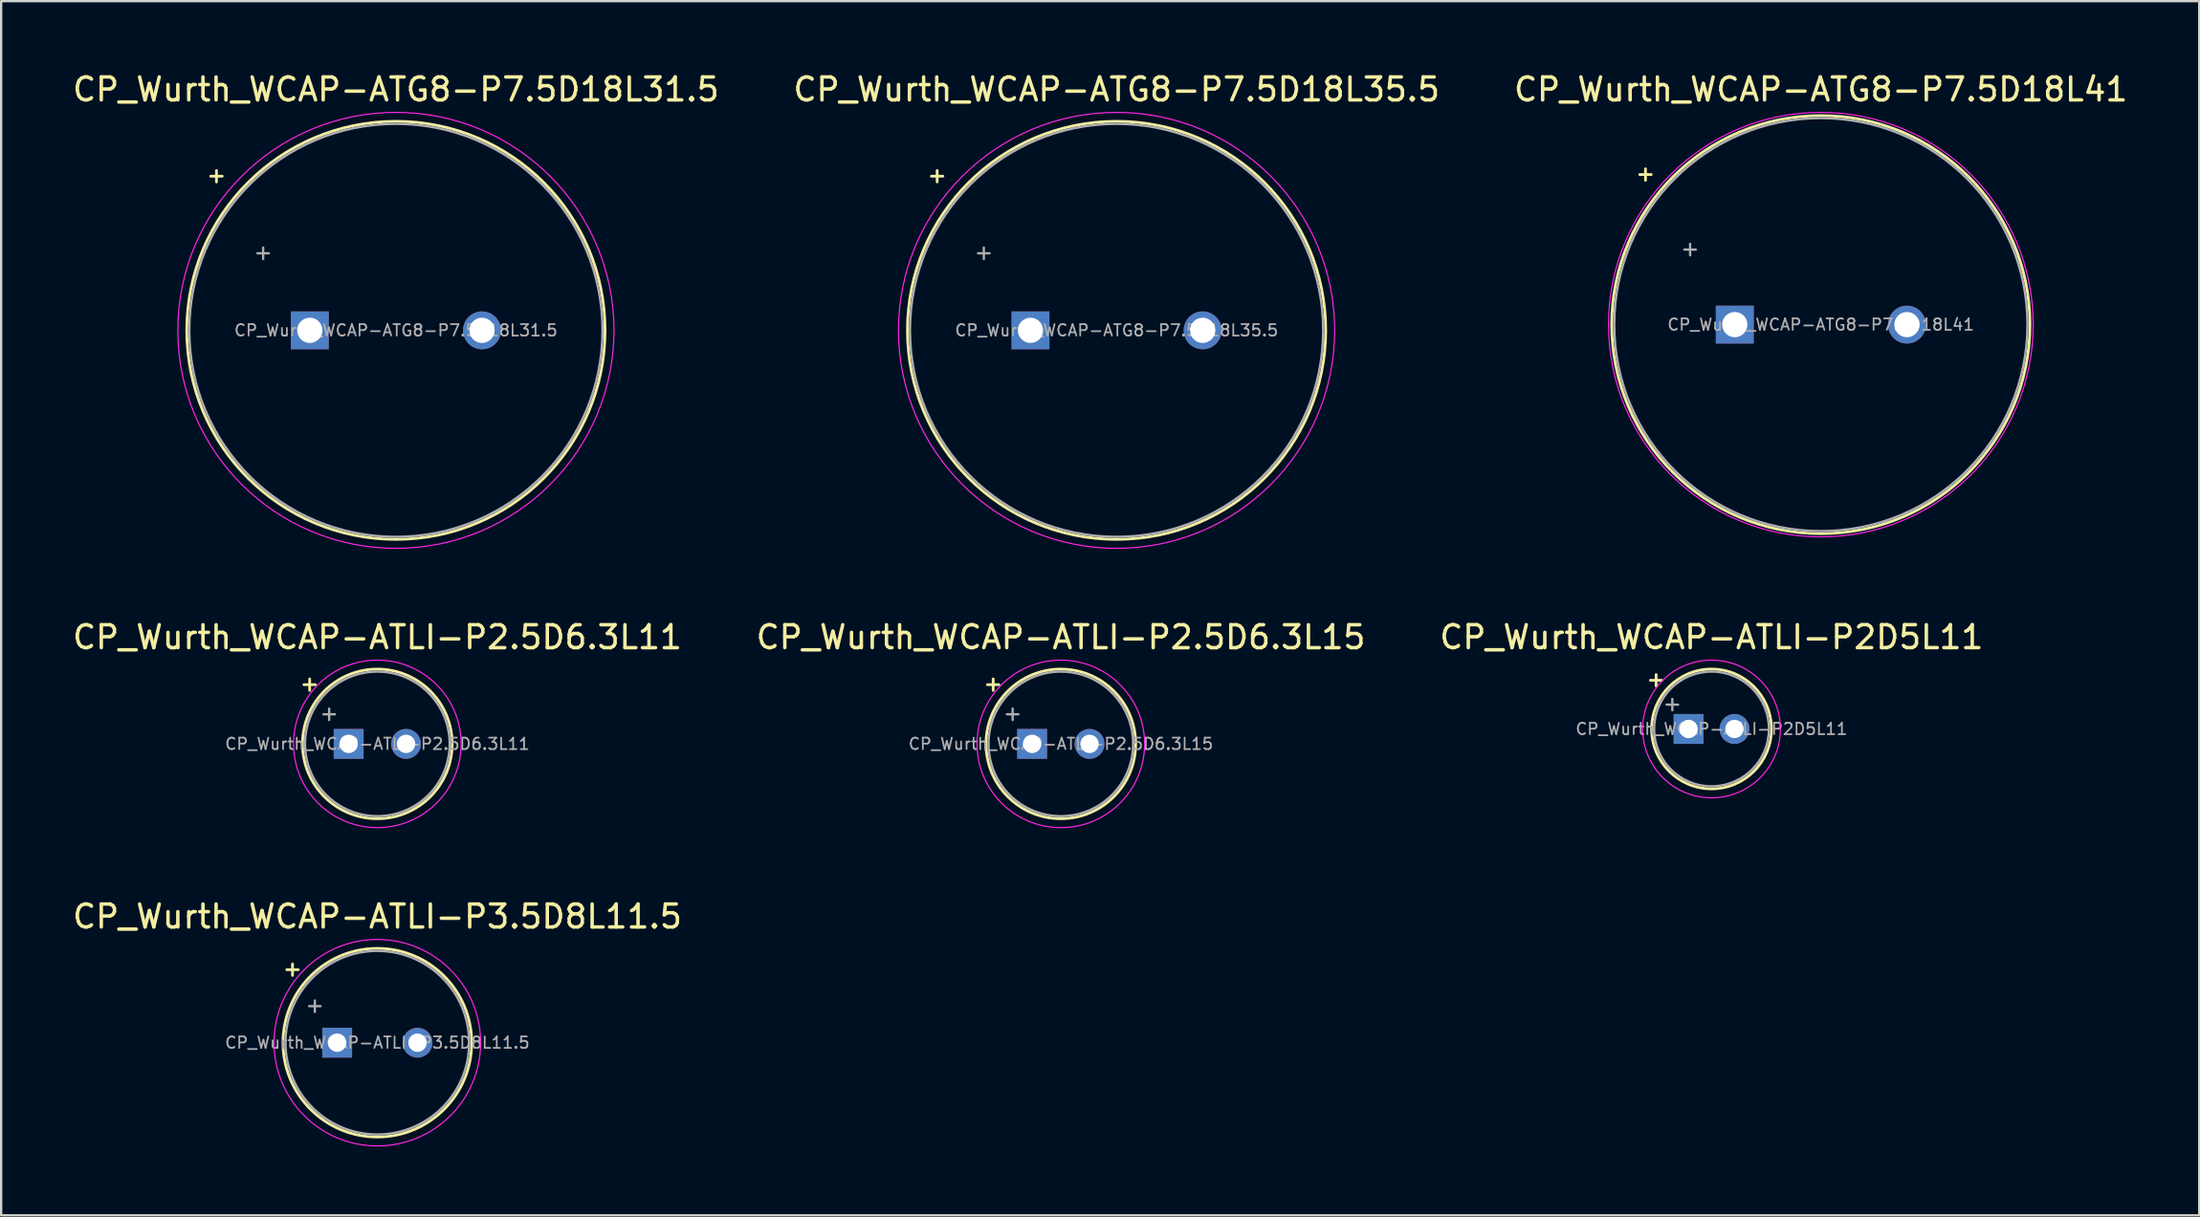
<source format=kicad_pcb>
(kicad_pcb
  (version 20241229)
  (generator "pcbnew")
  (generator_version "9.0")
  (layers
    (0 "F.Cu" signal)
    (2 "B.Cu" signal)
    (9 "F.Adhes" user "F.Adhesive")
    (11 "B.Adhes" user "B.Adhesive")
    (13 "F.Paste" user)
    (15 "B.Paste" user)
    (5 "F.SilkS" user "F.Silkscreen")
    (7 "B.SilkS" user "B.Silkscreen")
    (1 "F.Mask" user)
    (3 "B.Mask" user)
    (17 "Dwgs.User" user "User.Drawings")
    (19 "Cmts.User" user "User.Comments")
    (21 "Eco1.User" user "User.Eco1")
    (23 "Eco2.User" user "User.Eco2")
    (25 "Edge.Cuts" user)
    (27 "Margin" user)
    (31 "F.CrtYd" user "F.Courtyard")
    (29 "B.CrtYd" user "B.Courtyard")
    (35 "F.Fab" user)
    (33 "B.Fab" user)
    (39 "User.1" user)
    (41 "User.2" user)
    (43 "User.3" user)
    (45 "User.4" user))
  (footprint "CP_Wurth_WCAP-ATLI-P2.5D6.3L15"
    (layer "F.Cu")
    (at 41.911 29.372)
    (property "Reference" "CP_Wurth_WCAP-ATLI-P2.5D6.3L15" (at 1.25 -4.65 0) (unlocked yes) (layer "F.SilkS") (effects (font (size 1 1) (thickness 0.15))))
    (attr through_hole)
    (fp_line (start -1.947 -2.581) (end -1.447 -2.581) (stroke (width 0.12) (type solid)) (layer "F.SilkS"))
    (fp_line (start -1.697 -2.331) (end -1.697 -2.831) (stroke (width 0.12) (type solid)) (layer "F.SilkS"))
    (fp_circle (center 1.25 0) (end 4.51 0) (stroke (width 0.12) (type solid)) (fill no) (layer "F.SilkS"))
    (fp_circle (center 1.25 0) (end 4.9 0) (stroke (width 0.05) (type solid)) (fill no) (layer "F.CrtYd"))
    (fp_line (start -1.099 -1.29) (end -0.599 -1.29) (stroke (width 0.1) (type default)) (layer "F.Fab"))
    (fp_line (start -0.849 -1.04) (end -0.849 -1.54) (stroke (width 0.1) (type default)) (layer "F.Fab"))
    (fp_circle (center 1.25 0) (end 4.4 0) (stroke (width 0.1) (type solid)) (fill no) (layer "F.Fab"))
    (fp_text user "${REFERENCE}" (at 1.25 0 0) (unlocked yes) (layer "F.Fab") (effects (font (size 0.5 0.5) (thickness 0.075))))
    (pad "1" thru_hole rect (at 0 0) (size 1.3 1.3) (drill 0.8) (layers "*.Cu" "*.Mask"))
    (pad "2" thru_hole circle (at 2.5 0) (size 1.3 1.3) (drill 0.8) (layers "*.Cu" "*.Mask")))
  (footprint "CP_Wurth_WCAP-ATLI-P2.5D6.3L11"
    (layer "F.Cu")
    (at 12.137 29.372)
    (property "Reference" "CP_Wurth_WCAP-ATLI-P2.5D6.3L11" (at 1.25 -4.65 0) (unlocked yes) (layer "F.SilkS") (effects (font (size 1 1) (thickness 0.15))))
    (attr through_hole)
    (fp_line (start -1.947 -2.581) (end -1.447 -2.581) (stroke (width 0.12) (type solid)) (layer "F.SilkS"))
    (fp_line (start -1.697 -2.331) (end -1.697 -2.831) (stroke (width 0.12) (type solid)) (layer "F.SilkS"))
    (fp_circle (center 1.25 0) (end 4.51 0) (stroke (width 0.12) (type solid)) (fill no) (layer "F.SilkS"))
    (fp_circle (center 1.25 0) (end 4.9 0) (stroke (width 0.05) (type solid)) (fill no) (layer "F.CrtYd"))
    (fp_line (start -1.099 -1.29) (end -0.599 -1.29) (stroke (width 0.1) (type default)) (layer "F.Fab"))
    (fp_line (start -0.849 -1.04) (end -0.849 -1.54) (stroke (width 0.1) (type default)) (layer "F.Fab"))
    (fp_circle (center 1.25 0) (end 4.4 0) (stroke (width 0.1) (type solid)) (fill no) (layer "F.Fab"))
    (fp_text user "${REFERENCE}" (at 1.25 0 0) (unlocked yes) (layer "F.Fab") (effects (font (size 0.5 0.5) (thickness 0.075))))
    (pad "1" thru_hole rect (at 0 0) (size 1.3 1.3) (drill 0.8) (layers "*.Cu" "*.Mask"))
    (pad "2" thru_hole circle (at 2.5 0) (size 1.3 1.3) (drill 0.8) (layers "*.Cu" "*.Mask")))
  (footprint "CP_Wurth_WCAP-ATG8-P7.5D18L35.5"
    (layer "F.Cu")
    (at 41.839 11.348)
    (property "Reference" "CP_Wurth_WCAP-ATG8-P7.5D18L35.5" (at 3.75 -10.5 0) (unlocked yes) (layer "F.SilkS") (effects (font (size 1 1) (thickness 0.15))))
    (attr through_hole)
    (fp_line (start -4.316 -6.718) (end -3.816 -6.718) (stroke (width 0.12) (type solid)) (layer "F.SilkS"))
    (fp_line (start -4.066 -6.468) (end -4.066 -6.968) (stroke (width 0.12) (type solid)) (layer "F.SilkS"))
    (fp_circle (center 3.75 0) (end 12.86 0) (stroke (width 0.12) (type solid)) (fill no) (layer "F.SilkS"))
    (fp_circle (center 3.75 0) (end 13.25 0) (stroke (width 0.05) (type solid)) (fill no) (layer "F.CrtYd"))
    (fp_line (start -2.283 -3.359) (end -1.783 -3.359) (stroke (width 0.1) (type default)) (layer "F.Fab"))
    (fp_line (start -2.033 -3.109) (end -2.033 -3.609) (stroke (width 0.1) (type default)) (layer "F.Fab"))
    (fp_circle (center 3.75 0) (end 12.75 0) (stroke (width 0.1) (type solid)) (fill no) (layer "F.Fab"))
    (fp_text user "${REFERENCE}" (at 3.75 0 0) (unlocked yes) (layer "F.Fab") (effects (font (size 0.5 0.5) (thickness 0.075))))
    (pad "1" thru_hole rect (at 0 0) (size 1.65 1.65) (drill 1.1) (layers "*.Cu" "*.Mask"))
    (pad "2" thru_hole circle (at 7.5 0) (size 1.65 1.65) (drill 1.1) (layers "*.Cu" "*.Mask")))
  (footprint "CP_Wurth_WCAP-ATG8-P7.5D18L31.5"
    (layer "F.Cu")
    (at 10.446 11.348)
    (property "Reference" "CP_Wurth_WCAP-ATG8-P7.5D18L31.5" (at 3.75 -10.5 0) (unlocked yes) (layer "F.SilkS") (effects (font (size 1 1) (thickness 0.15))))
    (attr through_hole)
    (fp_line (start -4.316 -6.718) (end -3.816 -6.718) (stroke (width 0.12) (type solid)) (layer "F.SilkS"))
    (fp_line (start -4.066 -6.468) (end -4.066 -6.968) (stroke (width 0.12) (type solid)) (layer "F.SilkS"))
    (fp_circle (center 3.75 0) (end 12.86 0) (stroke (width 0.12) (type solid)) (fill no) (layer "F.SilkS"))
    (fp_circle (center 3.75 0) (end 13.25 0) (stroke (width 0.05) (type solid)) (fill no) (layer "F.CrtYd"))
    (fp_line (start -2.283 -3.359) (end -1.783 -3.359) (stroke (width 0.1) (type default)) (layer "F.Fab"))
    (fp_line (start -2.033 -3.109) (end -2.033 -3.609) (stroke (width 0.1) (type default)) (layer "F.Fab"))
    (fp_circle (center 3.75 0) (end 12.75 0) (stroke (width 0.1) (type solid)) (fill no) (layer "F.Fab"))
    (fp_text user "${REFERENCE}" (at 3.75 0 0) (unlocked yes) (layer "F.Fab") (effects (font (size 0.5 0.5) (thickness 0.075))))
    (pad "1" thru_hole rect (at 0 0) (size 1.65 1.65) (drill 1.1) (layers "*.Cu" "*.Mask"))
    (pad "2" thru_hole circle (at 7.5 0) (size 1.65 1.65) (drill 1.1) (layers "*.Cu" "*.Mask")))
  (footprint "CP_Wurth_WCAP-ATLI-P2D5L11"
    (layer "F.Cu")
    (at 70.506 28.721)
    (property "Reference" "CP_Wurth_WCAP-ATLI-P2D5L11" (at 1 -4 0) (unlocked yes) (layer "F.SilkS") (effects (font (size 1 1) (thickness 0.15))))
    (attr through_hole)
    (fp_line (start -1.664 -2.121) (end -1.164 -2.121) (stroke (width 0.12) (type solid)) (layer "F.SilkS"))
    (fp_line (start -1.414 -1.871) (end -1.414 -2.371) (stroke (width 0.12) (type solid)) (layer "F.SilkS"))
    (fp_circle (center 1 0) (end 3.61 0) (stroke (width 0.12) (type solid)) (fill no) (layer "F.SilkS"))
    (fp_circle (center 1 0) (end 4 0) (stroke (width 0.05) (type solid)) (fill no) (layer "F.CrtYd"))
    (fp_line (start -0.957 -1.061) (end -0.457 -1.061) (stroke (width 0.1) (type default)) (layer "F.Fab"))
    (fp_line (start -0.707 -0.811) (end -0.707 -1.311) (stroke (width 0.1) (type default)) (layer "F.Fab"))
    (fp_circle (center 1 0) (end 3.5 0) (stroke (width 0.1) (type solid)) (fill no) (layer "F.Fab"))
    (fp_text user "${REFERENCE}" (at 1 0 0) (unlocked yes) (layer "F.Fab") (effects (font (size 0.5 0.5) (thickness 0.075))))
    (pad "1" thru_hole rect (at 0 0) (size 1.3 1.3) (drill 0.8) (layers "*.Cu" "*.Mask"))
    (pad "2" thru_hole circle (at 2 0) (size 1.3 1.3) (drill 0.8) (layers "*.Cu" "*.Mask")))
  (footprint "CP_Wurth_WCAP-ATG8-P7.5D18L41"
    (layer "F.Cu")
    (at 72.518 11.098)
    (property "Reference" "CP_Wurth_WCAP-ATG8-P7.5D18L41" (at 3.75 -10.25 0) (unlocked yes) (layer "F.SilkS") (effects (font (size 1 1) (thickness 0.15))))
    (attr through_hole)
    (fp_line (start -4.139 -6.541) (end -3.639 -6.541) (stroke (width 0.12) (type solid)) (layer "F.SilkS"))
    (fp_line (start -3.889 -6.291) (end -3.889 -6.791) (stroke (width 0.12) (type solid)) (layer "F.SilkS"))
    (fp_circle (center 3.75 0) (end 12.86 0) (stroke (width 0.12) (type solid)) (fill no) (layer "F.SilkS"))
    (fp_circle (center 3.75 0) (end 13 0) (stroke (width 0.05) (type solid)) (fill no) (layer "F.CrtYd"))
    (fp_line (start -2.195 -3.27) (end -1.695 -3.27) (stroke (width 0.1) (type default)) (layer "F.Fab"))
    (fp_line (start -1.945 -3.02) (end -1.945 -3.52) (stroke (width 0.1) (type default)) (layer "F.Fab"))
    (fp_circle (center 3.75 0) (end 12.75 0) (stroke (width 0.1) (type solid)) (fill no) (layer "F.Fab"))
    (fp_text user "${REFERENCE}" (at 3.75 0 0) (unlocked yes) (layer "F.Fab") (effects (font (size 0.5 0.5) (thickness 0.075))))
    (pad "1" thru_hole rect (at 0 0) (size 1.65 1.65) (drill 1.1) (layers "*.Cu" "*.Mask"))
    (pad "2" thru_hole circle (at 7.5 0) (size 1.65 1.65) (drill 1.1) (layers "*.Cu" "*.Mask")))
  (footprint "CP_Wurth_WCAP-ATLI-P3.5D8L11.5"
    (layer "F.Cu")
    (at 11.637 42.395)
    (property "Reference" "CP_Wurth_WCAP-ATLI-P3.5D8L11.5" (at 1.75 -5.5 0) (unlocked yes) (layer "F.SilkS") (effects (font (size 1 1) (thickness 0.15))))
    (attr through_hole)
    (fp_line (start -2.195 -3.182) (end -1.695 -3.182) (stroke (width 0.12) (type solid)) (layer "F.SilkS"))
    (fp_line (start -1.945 -2.932) (end -1.945 -3.432) (stroke (width 0.12) (type solid)) (layer "F.SilkS"))
    (fp_circle (center 1.75 0) (end 5.86 0) (stroke (width 0.12) (type solid)) (fill no) (layer "F.SilkS"))
    (fp_circle (center 1.75 0) (end 6.25 0) (stroke (width 0.05) (type solid)) (fill no) (layer "F.CrtYd"))
    (fp_line (start -1.222 -1.591) (end -0.722 -1.591) (stroke (width 0.1) (type default)) (layer "F.Fab"))
    (fp_line (start -0.972 -1.341) (end -0.972 -1.841) (stroke (width 0.1) (type default)) (layer "F.Fab"))
    (fp_circle (center 1.75 0) (end 5.75 0) (stroke (width 0.1) (type solid)) (fill no) (layer "F.Fab"))
    (fp_text user "${REFERENCE}" (at 1.75 0 0) (unlocked yes) (layer "F.Fab") (effects (font (size 0.5 0.5) (thickness 0.075))))
    (pad "1" thru_hole rect (at 0 0) (size 1.3 1.3) (drill 0.8) (layers "*.Cu" "*.Mask"))
    (pad "2" thru_hole circle (at 3.5 0) (size 1.3 1.3) (drill 0.8) (layers "*.Cu" "*.Mask")))
  (gr_rect
    (start -3 -3)
    (end 92.75 49.92)
    (stroke (width 0.1) (type default))
    (fill no)
    (layer "Edge.Cuts")))
</source>
